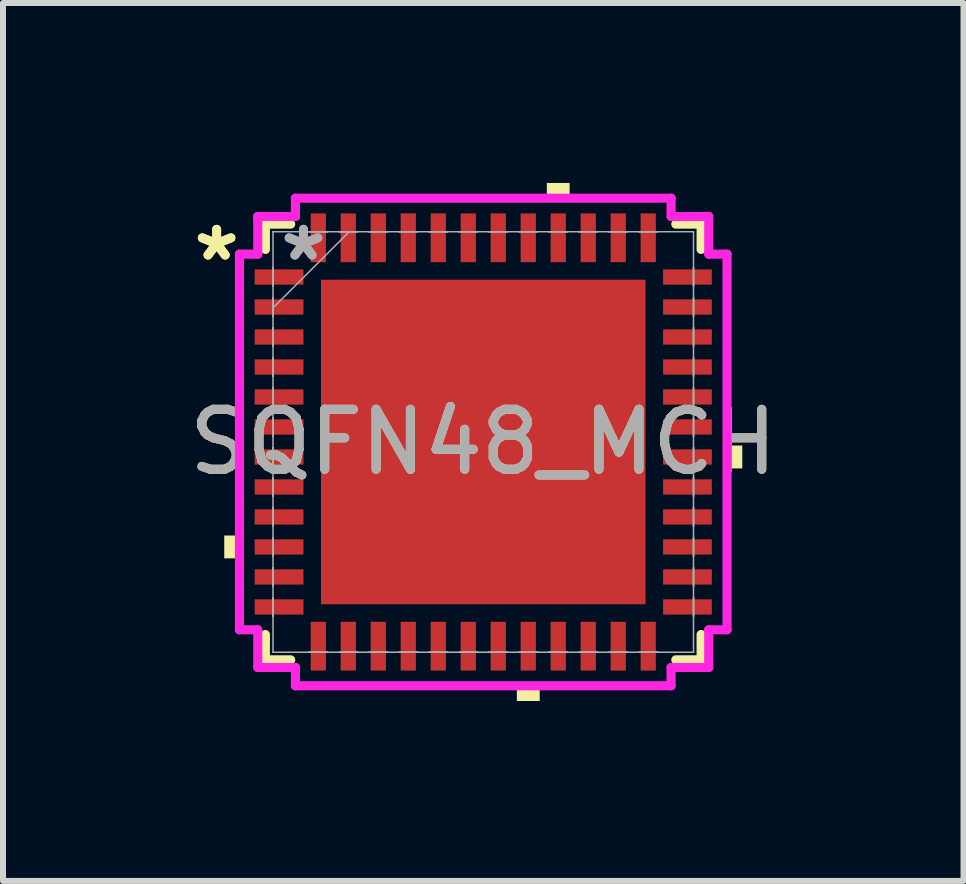
<source format=kicad_pcb>
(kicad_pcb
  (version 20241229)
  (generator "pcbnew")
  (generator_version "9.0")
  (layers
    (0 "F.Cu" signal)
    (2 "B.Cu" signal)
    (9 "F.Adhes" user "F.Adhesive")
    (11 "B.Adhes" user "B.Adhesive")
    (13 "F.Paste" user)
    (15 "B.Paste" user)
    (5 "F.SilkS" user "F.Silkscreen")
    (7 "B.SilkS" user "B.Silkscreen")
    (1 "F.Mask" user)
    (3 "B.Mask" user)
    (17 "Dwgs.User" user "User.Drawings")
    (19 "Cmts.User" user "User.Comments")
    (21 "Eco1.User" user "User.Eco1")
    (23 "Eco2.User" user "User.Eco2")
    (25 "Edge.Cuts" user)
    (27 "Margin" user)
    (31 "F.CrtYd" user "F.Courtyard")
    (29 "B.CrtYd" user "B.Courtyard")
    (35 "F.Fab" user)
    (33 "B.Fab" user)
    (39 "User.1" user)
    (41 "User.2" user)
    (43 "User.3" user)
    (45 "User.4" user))
  (footprint "SQFN48_MCH"
    (layer "F.Cu")
    (at 5.006 4.318)
    (property "Reference" "SQFN48_MCH" (at 0 0 0) (unlocked yes) (layer "F.SilkS") (effects (font (size 1 1) (thickness 0.15))))
    (attr smd)
    (fp_line (start -3.632 -3.632) (end -3.632 -3.21) (stroke (width 0.152) (type solid)) (layer "F.SilkS"))
    (fp_line (start -3.632 3.21) (end -3.632 3.632) (stroke (width 0.152) (type solid)) (layer "F.SilkS"))
    (fp_line (start -3.632 3.632) (end -3.21 3.632) (stroke (width 0.152) (type solid)) (layer "F.SilkS"))
    (fp_line (start -3.21 -3.632) (end -3.632 -3.632) (stroke (width 0.152) (type solid)) (layer "F.SilkS"))
    (fp_line (start 3.21 3.632) (end 3.632 3.632) (stroke (width 0.152) (type solid)) (layer "F.SilkS"))
    (fp_line (start 3.632 -3.632) (end 3.21 -3.632) (stroke (width 0.152) (type solid)) (layer "F.SilkS"))
    (fp_line (start 3.632 -3.21) (end 3.632 -3.632) (stroke (width 0.152) (type solid)) (layer "F.SilkS"))
    (fp_line (start 3.632 3.632) (end 3.632 3.21) (stroke (width 0.152) (type solid)) (layer "F.SilkS"))
    (fp_poly (pts (xy -4.318 1.559) (xy -4.318 1.94) (xy -4.064 1.94) (xy -4.064 1.559)) (stroke (width 0) (type solid)) (fill yes) (layer "F.SilkS"))
    (fp_poly (pts (xy 0.56 4.064) (xy 0.56 4.318) (xy 0.941 4.318) (xy 0.941 4.064)) (stroke (width 0) (type solid)) (fill yes) (layer "F.SilkS"))
    (fp_poly (pts (xy 1.06 -4.064) (xy 1.06 -4.318) (xy 1.44 -4.318) (xy 1.44 -4.064)) (stroke (width 0) (type solid)) (fill yes) (layer "F.SilkS"))
    (fp_poly (pts (xy 4.318 0.059) (xy 4.318 0.441) (xy 4.064 0.441) (xy 4.064 0.059)) (stroke (width 0) (type solid)) (fill yes) (layer "F.SilkS"))
    (fp_poly (pts (xy -2.605 -2.605) (xy -2.605 -1.453) (xy -1.453 -1.453) (xy -1.453 -2.605)) (stroke (width 0) (type solid)) (fill yes) (layer "F.Paste"))
    (fp_poly (pts (xy -2.605 -1.253) (xy -2.605 -0.1) (xy -1.453 -0.1) (xy -1.453 -1.253)) (stroke (width 0) (type solid)) (fill yes) (layer "F.Paste"))
    (fp_poly (pts (xy -2.605 0.1) (xy -2.605 1.253) (xy -1.453 1.253) (xy -1.453 0.1)) (stroke (width 0) (type solid)) (fill yes) (layer "F.Paste"))
    (fp_poly (pts (xy -2.605 1.453) (xy -2.605 2.605) (xy -1.453 2.605) (xy -1.453 1.453)) (stroke (width 0) (type solid)) (fill yes) (layer "F.Paste"))
    (fp_poly (pts (xy -1.253 -2.605) (xy -1.253 -1.453) (xy -0.1 -1.453) (xy -0.1 -2.605)) (stroke (width 0) (type solid)) (fill yes) (layer "F.Paste"))
    (fp_poly (pts (xy -1.253 -1.253) (xy -1.253 -0.1) (xy -0.1 -0.1) (xy -0.1 -1.253)) (stroke (width 0) (type solid)) (fill yes) (layer "F.Paste"))
    (fp_poly (pts (xy -1.253 0.1) (xy -1.253 1.253) (xy -0.1 1.253) (xy -0.1 0.1)) (stroke (width 0) (type solid)) (fill yes) (layer "F.Paste"))
    (fp_poly (pts (xy -1.253 1.453) (xy -1.253 2.605) (xy -0.1 2.605) (xy -0.1 1.453)) (stroke (width 0) (type solid)) (fill yes) (layer "F.Paste"))
    (fp_poly (pts (xy 0.1 -2.605) (xy 0.1 -1.453) (xy 1.253 -1.453) (xy 1.253 -2.605)) (stroke (width 0) (type solid)) (fill yes) (layer "F.Paste"))
    (fp_poly (pts (xy 0.1 -1.253) (xy 0.1 -0.1) (xy 1.253 -0.1) (xy 1.253 -1.253)) (stroke (width 0) (type solid)) (fill yes) (layer "F.Paste"))
    (fp_poly (pts (xy 0.1 0.1) (xy 0.1 1.253) (xy 1.253 1.253) (xy 1.253 0.1)) (stroke (width 0) (type solid)) (fill yes) (layer "F.Paste"))
    (fp_poly (pts (xy 0.1 1.453) (xy 0.1 2.605) (xy 1.253 2.605) (xy 1.253 1.453)) (stroke (width 0) (type solid)) (fill yes) (layer "F.Paste"))
    (fp_poly (pts (xy 1.453 -2.605) (xy 1.453 -1.453) (xy 2.605 -1.453) (xy 2.605 -2.605)) (stroke (width 0) (type solid)) (fill yes) (layer "F.Paste"))
    (fp_poly (pts (xy 1.453 -1.253) (xy 1.453 -0.1) (xy 2.605 -0.1) (xy 2.605 -1.253)) (stroke (width 0) (type solid)) (fill yes) (layer "F.Paste"))
    (fp_poly (pts (xy 1.453 0.1) (xy 1.453 1.253) (xy 2.605 1.253) (xy 2.605 0.1)) (stroke (width 0) (type solid)) (fill yes) (layer "F.Paste"))
    (fp_poly (pts (xy 1.453 1.453) (xy 1.453 2.605) (xy 2.605 2.605) (xy 2.605 1.453)) (stroke (width 0) (type solid)) (fill yes) (layer "F.Paste"))
    (fp_line (start -4.064 -3.131) (end -3.759 -3.131) (stroke (width 0.152) (type solid)) (layer "F.CrtYd"))
    (fp_line (start -4.064 3.131) (end -4.064 -3.131) (stroke (width 0.152) (type solid)) (layer "F.CrtYd"))
    (fp_line (start -3.759 -3.759) (end -3.131 -3.759) (stroke (width 0.152) (type solid)) (layer "F.CrtYd"))
    (fp_line (start -3.759 -3.131) (end -3.759 -3.759) (stroke (width 0.152) (type solid)) (layer "F.CrtYd"))
    (fp_line (start -3.759 3.131) (end -4.064 3.131) (stroke (width 0.152) (type solid)) (layer "F.CrtYd"))
    (fp_line (start -3.759 3.759) (end -3.759 3.131) (stroke (width 0.152) (type solid)) (layer "F.CrtYd"))
    (fp_line (start -3.131 -4.064) (end 3.131 -4.064) (stroke (width 0.152) (type solid)) (layer "F.CrtYd"))
    (fp_line (start -3.131 -3.759) (end -3.131 -4.064) (stroke (width 0.152) (type solid)) (layer "F.CrtYd"))
    (fp_line (start -3.131 3.759) (end -3.759 3.759) (stroke (width 0.152) (type solid)) (layer "F.CrtYd"))
    (fp_line (start -3.131 4.064) (end -3.131 3.759) (stroke (width 0.152) (type solid)) (layer "F.CrtYd"))
    (fp_line (start 3.131 -4.064) (end 3.131 -3.759) (stroke (width 0.152) (type solid)) (layer "F.CrtYd"))
    (fp_line (start 3.131 -3.759) (end 3.759 -3.759) (stroke (width 0.152) (type solid)) (layer "F.CrtYd"))
    (fp_line (start 3.131 3.759) (end 3.131 4.064) (stroke (width 0.152) (type solid)) (layer "F.CrtYd"))
    (fp_line (start 3.131 4.064) (end -3.131 4.064) (stroke (width 0.152) (type solid)) (layer "F.CrtYd"))
    (fp_line (start 3.759 -3.759) (end 3.759 -3.131) (stroke (width 0.152) (type solid)) (layer "F.CrtYd"))
    (fp_line (start 3.759 -3.131) (end 4.064 -3.131) (stroke (width 0.152) (type solid)) (layer "F.CrtYd"))
    (fp_line (start 3.759 3.131) (end 3.759 3.759) (stroke (width 0.152) (type solid)) (layer "F.CrtYd"))
    (fp_line (start 3.759 3.759) (end 3.131 3.759) (stroke (width 0.152) (type solid)) (layer "F.CrtYd"))
    (fp_line (start 4.064 -3.131) (end 4.064 3.131) (stroke (width 0.152) (type solid)) (layer "F.CrtYd"))
    (fp_line (start 4.064 3.131) (end 3.759 3.131) (stroke (width 0.152) (type solid)) (layer "F.CrtYd"))
    (fp_line (start -3.505 -3.505) (end -3.505 -3.505) (stroke (width 0.025) (type solid)) (layer "F.Fab"))
    (fp_line (start -3.505 -3.505) (end -3.505 3.505) (stroke (width 0.025) (type solid)) (layer "F.Fab"))
    (fp_line (start -3.505 -2.902) (end -3.505 -2.902) (stroke (width 0.025) (type solid)) (layer "F.Fab"))
    (fp_line (start -3.505 -2.902) (end -3.505 -2.598) (stroke (width 0.025) (type solid)) (layer "F.Fab"))
    (fp_line (start -3.505 -2.598) (end -3.505 -2.902) (stroke (width 0.025) (type solid)) (layer "F.Fab"))
    (fp_line (start -3.505 -2.598) (end -3.505 -2.598) (stroke (width 0.025) (type solid)) (layer "F.Fab"))
    (fp_line (start -3.505 -2.402) (end -3.505 -2.402) (stroke (width 0.025) (type solid)) (layer "F.Fab"))
    (fp_line (start -3.505 -2.402) (end -3.505 -2.098) (stroke (width 0.025) (type solid)) (layer "F.Fab"))
    (fp_line (start -3.505 -2.235) (end -2.235 -3.505) (stroke (width 0.025) (type solid)) (layer "F.Fab"))
    (fp_line (start -3.505 -2.098) (end -3.505 -2.402) (stroke (width 0.025) (type solid)) (layer "F.Fab"))
    (fp_line (start -3.505 -2.098) (end -3.505 -2.098) (stroke (width 0.025) (type solid)) (layer "F.Fab"))
    (fp_line (start -3.505 -1.902) (end -3.505 -1.902) (stroke (width 0.025) (type solid)) (layer "F.Fab"))
    (fp_line (start -3.505 -1.902) (end -3.505 -1.598) (stroke (width 0.025) (type solid)) (layer "F.Fab"))
    (fp_line (start -3.505 -1.598) (end -3.505 -1.902) (stroke (width 0.025) (type solid)) (layer "F.Fab"))
    (fp_line (start -3.505 -1.598) (end -3.505 -1.598) (stroke (width 0.025) (type solid)) (layer "F.Fab"))
    (fp_line (start -3.505 -1.402) (end -3.505 -1.402) (stroke (width 0.025) (type solid)) (layer "F.Fab"))
    (fp_line (start -3.505 -1.402) (end -3.505 -1.098) (stroke (width 0.025) (type solid)) (layer "F.Fab"))
    (fp_line (start -3.505 -1.098) (end -3.505 -1.402) (stroke (width 0.025) (type solid)) (layer "F.Fab"))
    (fp_line (start -3.505 -1.098) (end -3.505 -1.098) (stroke (width 0.025) (type solid)) (layer "F.Fab"))
    (fp_line (start -3.505 -0.902) (end -3.505 -0.902) (stroke (width 0.025) (type solid)) (layer "F.Fab"))
    (fp_line (start -3.505 -0.902) (end -3.505 -0.598) (stroke (width 0.025) (type solid)) (layer "F.Fab"))
    (fp_line (start -3.505 -0.598) (end -3.505 -0.902) (stroke (width 0.025) (type solid)) (layer "F.Fab"))
    (fp_line (start -3.505 -0.598) (end -3.505 -0.598) (stroke (width 0.025) (type solid)) (layer "F.Fab"))
    (fp_line (start -3.505 -0.402) (end -3.505 -0.402) (stroke (width 0.025) (type solid)) (layer "F.Fab"))
    (fp_line (start -3.505 -0.402) (end -3.505 -0.098) (stroke (width 0.025) (type solid)) (layer "F.Fab"))
    (fp_line (start -3.505 -0.098) (end -3.505 -0.402) (stroke (width 0.025) (type solid)) (layer "F.Fab"))
    (fp_line (start -3.505 -0.098) (end -3.505 -0.098) (stroke (width 0.025) (type solid)) (layer "F.Fab"))
    (fp_line (start -3.505 0.098) (end -3.505 0.098) (stroke (width 0.025) (type solid)) (layer "F.Fab"))
    (fp_line (start -3.505 0.098) (end -3.505 0.402) (stroke (width 0.025) (type solid)) (layer "F.Fab"))
    (fp_line (start -3.505 0.402) (end -3.505 0.098) (stroke (width 0.025) (type solid)) (layer "F.Fab"))
    (fp_line (start -3.505 0.402) (end -3.505 0.402) (stroke (width 0.025) (type solid)) (layer "F.Fab"))
    (fp_line (start -3.505 0.598) (end -3.505 0.598) (stroke (width 0.025) (type solid)) (layer "F.Fab"))
    (fp_line (start -3.505 0.598) (end -3.505 0.902) (stroke (width 0.025) (type solid)) (layer "F.Fab"))
    (fp_line (start -3.505 0.902) (end -3.505 0.598) (stroke (width 0.025) (type solid)) (layer "F.Fab"))
    (fp_line (start -3.505 0.902) (end -3.505 0.902) (stroke (width 0.025) (type solid)) (layer "F.Fab"))
    (fp_line (start -3.505 1.098) (end -3.505 1.098) (stroke (width 0.025) (type solid)) (layer "F.Fab"))
    (fp_line (start -3.505 1.098) (end -3.505 1.402) (stroke (width 0.025) (type solid)) (layer "F.Fab"))
    (fp_line (start -3.505 1.402) (end -3.505 1.098) (stroke (width 0.025) (type solid)) (layer "F.Fab"))
    (fp_line (start -3.505 1.402) (end -3.505 1.402) (stroke (width 0.025) (type solid)) (layer "F.Fab"))
    (fp_line (start -3.505 1.598) (end -3.505 1.598) (stroke (width 0.025) (type solid)) (layer "F.Fab"))
    (fp_line (start -3.505 1.598) (end -3.505 1.902) (stroke (width 0.025) (type solid)) (layer "F.Fab"))
    (fp_line (start -3.505 1.902) (end -3.505 1.598) (stroke (width 0.025) (type solid)) (layer "F.Fab"))
    (fp_line (start -3.505 1.902) (end -3.505 1.902) (stroke (width 0.025) (type solid)) (layer "F.Fab"))
    (fp_line (start -3.505 2.098) (end -3.505 2.098) (stroke (width 0.025) (type solid)) (layer "F.Fab"))
    (fp_line (start -3.505 2.098) (end -3.505 2.402) (stroke (width 0.025) (type solid)) (layer "F.Fab"))
    (fp_line (start -3.505 2.402) (end -3.505 2.098) (stroke (width 0.025) (type solid)) (layer "F.Fab"))
    (fp_line (start -3.505 2.402) (end -3.505 2.402) (stroke (width 0.025) (type solid)) (layer "F.Fab"))
    (fp_line (start -3.505 2.598) (end -3.505 2.598) (stroke (width 0.025) (type solid)) (layer "F.Fab"))
    (fp_line (start -3.505 2.598) (end -3.505 2.902) (stroke (width 0.025) (type solid)) (layer "F.Fab"))
    (fp_line (start -3.505 2.902) (end -3.505 2.598) (stroke (width 0.025) (type solid)) (layer "F.Fab"))
    (fp_line (start -3.505 2.902) (end -3.505 2.902) (stroke (width 0.025) (type solid)) (layer "F.Fab"))
    (fp_line (start -3.505 3.505) (end -3.505 3.505) (stroke (width 0.025) (type solid)) (layer "F.Fab"))
    (fp_line (start -3.505 3.505) (end 3.505 3.505) (stroke (width 0.025) (type solid)) (layer "F.Fab"))
    (fp_line (start -2.902 -3.505) (end -2.902 -3.505) (stroke (width 0.025) (type solid)) (layer "F.Fab"))
    (fp_line (start -2.902 -3.505) (end -2.598 -3.505) (stroke (width 0.025) (type solid)) (layer "F.Fab"))
    (fp_line (start -2.902 3.505) (end -2.902 3.505) (stroke (width 0.025) (type solid)) (layer "F.Fab"))
    (fp_line (start -2.902 3.505) (end -2.598 3.505) (stroke (width 0.025) (type solid)) (layer "F.Fab"))
    (fp_line (start -2.598 -3.505) (end -2.902 -3.505) (stroke (width 0.025) (type solid)) (layer "F.Fab"))
    (fp_line (start -2.598 -3.505) (end -2.598 -3.505) (stroke (width 0.025) (type solid)) (layer "F.Fab"))
    (fp_line (start -2.598 3.505) (end -2.902 3.505) (stroke (width 0.025) (type solid)) (layer "F.Fab"))
    (fp_line (start -2.598 3.505) (end -2.598 3.505) (stroke (width 0.025) (type solid)) (layer "F.Fab"))
    (fp_line (start -2.402 -3.505) (end -2.402 -3.505) (stroke (width 0.025) (type solid)) (layer "F.Fab"))
    (fp_line (start -2.402 -3.505) (end -2.098 -3.505) (stroke (width 0.025) (type solid)) (layer "F.Fab"))
    (fp_line (start -2.402 3.505) (end -2.402 3.505) (stroke (width 0.025) (type solid)) (layer "F.Fab"))
    (fp_line (start -2.402 3.505) (end -2.098 3.505) (stroke (width 0.025) (type solid)) (layer "F.Fab"))
    (fp_line (start -2.098 -3.505) (end -2.402 -3.505) (stroke (width 0.025) (type solid)) (layer "F.Fab"))
    (fp_line (start -2.098 -3.505) (end -2.098 -3.505) (stroke (width 0.025) (type solid)) (layer "F.Fab"))
    (fp_line (start -2.098 3.505) (end -2.402 3.505) (stroke (width 0.025) (type solid)) (layer "F.Fab"))
    (fp_line (start -2.098 3.505) (end -2.098 3.505) (stroke (width 0.025) (type solid)) (layer "F.Fab"))
    (fp_line (start -1.902 -3.505) (end -1.902 -3.505) (stroke (width 0.025) (type solid)) (layer "F.Fab"))
    (fp_line (start -1.902 -3.505) (end -1.598 -3.505) (stroke (width 0.025) (type solid)) (layer "F.Fab"))
    (fp_line (start -1.902 3.505) (end -1.902 3.505) (stroke (width 0.025) (type solid)) (layer "F.Fab"))
    (fp_line (start -1.902 3.505) (end -1.598 3.505) (stroke (width 0.025) (type solid)) (layer "F.Fab"))
    (fp_line (start -1.598 -3.505) (end -1.902 -3.505) (stroke (width 0.025) (type solid)) (layer "F.Fab"))
    (fp_line (start -1.598 -3.505) (end -1.598 -3.505) (stroke (width 0.025) (type solid)) (layer "F.Fab"))
    (fp_line (start -1.598 3.505) (end -1.902 3.505) (stroke (width 0.025) (type solid)) (layer "F.Fab"))
    (fp_line (start -1.598 3.505) (end -1.598 3.505) (stroke (width 0.025) (type solid)) (layer "F.Fab"))
    (fp_line (start -1.402 -3.505) (end -1.402 -3.505) (stroke (width 0.025) (type solid)) (layer "F.Fab"))
    (fp_line (start -1.402 -3.505) (end -1.098 -3.505) (stroke (width 0.025) (type solid)) (layer "F.Fab"))
    (fp_line (start -1.402 3.505) (end -1.402 3.505) (stroke (width 0.025) (type solid)) (layer "F.Fab"))
    (fp_line (start -1.402 3.505) (end -1.098 3.505) (stroke (width 0.025) (type solid)) (layer "F.Fab"))
    (fp_line (start -1.098 -3.505) (end -1.402 -3.505) (stroke (width 0.025) (type solid)) (layer "F.Fab"))
    (fp_line (start -1.098 -3.505) (end -1.098 -3.505) (stroke (width 0.025) (type solid)) (layer "F.Fab"))
    (fp_line (start -1.098 3.505) (end -1.402 3.505) (stroke (width 0.025) (type solid)) (layer "F.Fab"))
    (fp_line (start -1.098 3.505) (end -1.098 3.505) (stroke (width 0.025) (type solid)) (layer "F.Fab"))
    (fp_line (start -0.902 -3.505) (end -0.902 -3.505) (stroke (width 0.025) (type solid)) (layer "F.Fab"))
    (fp_line (start -0.902 -3.505) (end -0.598 -3.505) (stroke (width 0.025) (type solid)) (layer "F.Fab"))
    (fp_line (start -0.902 3.505) (end -0.902 3.505) (stroke (width 0.025) (type solid)) (layer "F.Fab"))
    (fp_line (start -0.902 3.505) (end -0.598 3.505) (stroke (width 0.025) (type solid)) (layer "F.Fab"))
    (fp_line (start -0.598 -3.505) (end -0.902 -3.505) (stroke (width 0.025) (type solid)) (layer "F.Fab"))
    (fp_line (start -0.598 -3.505) (end -0.598 -3.505) (stroke (width 0.025) (type solid)) (layer "F.Fab"))
    (fp_line (start -0.598 3.505) (end -0.902 3.505) (stroke (width 0.025) (type solid)) (layer "F.Fab"))
    (fp_line (start -0.598 3.505) (end -0.598 3.505) (stroke (width 0.025) (type solid)) (layer "F.Fab"))
    (fp_line (start -0.402 -3.505) (end -0.402 -3.505) (stroke (width 0.025) (type solid)) (layer "F.Fab"))
    (fp_line (start -0.402 -3.505) (end -0.098 -3.505) (stroke (width 0.025) (type solid)) (layer "F.Fab"))
    (fp_line (start -0.402 3.505) (end -0.402 3.505) (stroke (width 0.025) (type solid)) (layer "F.Fab"))
    (fp_line (start -0.402 3.505) (end -0.098 3.505) (stroke (width 0.025) (type solid)) (layer "F.Fab"))
    (fp_line (start -0.098 -3.505) (end -0.402 -3.505) (stroke (width 0.025) (type solid)) (layer "F.Fab"))
    (fp_line (start -0.098 -3.505) (end -0.098 -3.505) (stroke (width 0.025) (type solid)) (layer "F.Fab"))
    (fp_line (start -0.098 3.505) (end -0.402 3.505) (stroke (width 0.025) (type solid)) (layer "F.Fab"))
    (fp_line (start -0.098 3.505) (end -0.098 3.505) (stroke (width 0.025) (type solid)) (layer "F.Fab"))
    (fp_line (start 0.098 -3.505) (end 0.098 -3.505) (stroke (width 0.025) (type solid)) (layer "F.Fab"))
    (fp_line (start 0.098 -3.505) (end 0.402 -3.505) (stroke (width 0.025) (type solid)) (layer "F.Fab"))
    (fp_line (start 0.098 3.505) (end 0.098 3.505) (stroke (width 0.025) (type solid)) (layer "F.Fab"))
    (fp_line (start 0.098 3.505) (end 0.402 3.505) (stroke (width 0.025) (type solid)) (layer "F.Fab"))
    (fp_line (start 0.402 -3.505) (end 0.098 -3.505) (stroke (width 0.025) (type solid)) (layer "F.Fab"))
    (fp_line (start 0.402 -3.505) (end 0.402 -3.505) (stroke (width 0.025) (type solid)) (layer "F.Fab"))
    (fp_line (start 0.402 3.505) (end 0.098 3.505) (stroke (width 0.025) (type solid)) (layer "F.Fab"))
    (fp_line (start 0.402 3.505) (end 0.402 3.505) (stroke (width 0.025) (type solid)) (layer "F.Fab"))
    (fp_line (start 0.598 -3.505) (end 0.598 -3.505) (stroke (width 0.025) (type solid)) (layer "F.Fab"))
    (fp_line (start 0.598 -3.505) (end 0.902 -3.505) (stroke (width 0.025) (type solid)) (layer "F.Fab"))
    (fp_line (start 0.598 3.505) (end 0.598 3.505) (stroke (width 0.025) (type solid)) (layer "F.Fab"))
    (fp_line (start 0.598 3.505) (end 0.902 3.505) (stroke (width 0.025) (type solid)) (layer "F.Fab"))
    (fp_line (start 0.902 -3.505) (end 0.598 -3.505) (stroke (width 0.025) (type solid)) (layer "F.Fab"))
    (fp_line (start 0.902 -3.505) (end 0.902 -3.505) (stroke (width 0.025) (type solid)) (layer "F.Fab"))
    (fp_line (start 0.902 3.505) (end 0.598 3.505) (stroke (width 0.025) (type solid)) (layer "F.Fab"))
    (fp_line (start 0.902 3.505) (end 0.902 3.505) (stroke (width 0.025) (type solid)) (layer "F.Fab"))
    (fp_line (start 1.098 -3.505) (end 1.098 -3.505) (stroke (width 0.025) (type solid)) (layer "F.Fab"))
    (fp_line (start 1.098 -3.505) (end 1.402 -3.505) (stroke (width 0.025) (type solid)) (layer "F.Fab"))
    (fp_line (start 1.098 3.505) (end 1.098 3.505) (stroke (width 0.025) (type solid)) (layer "F.Fab"))
    (fp_line (start 1.098 3.505) (end 1.402 3.505) (stroke (width 0.025) (type solid)) (layer "F.Fab"))
    (fp_line (start 1.402 -3.505) (end 1.098 -3.505) (stroke (width 0.025) (type solid)) (layer "F.Fab"))
    (fp_line (start 1.402 -3.505) (end 1.402 -3.505) (stroke (width 0.025) (type solid)) (layer "F.Fab"))
    (fp_line (start 1.402 3.505) (end 1.098 3.505) (stroke (width 0.025) (type solid)) (layer "F.Fab"))
    (fp_line (start 1.402 3.505) (end 1.402 3.505) (stroke (width 0.025) (type solid)) (layer "F.Fab"))
    (fp_line (start 1.598 -3.505) (end 1.598 -3.505) (stroke (width 0.025) (type solid)) (layer "F.Fab"))
    (fp_line (start 1.598 -3.505) (end 1.902 -3.505) (stroke (width 0.025) (type solid)) (layer "F.Fab"))
    (fp_line (start 1.598 3.505) (end 1.598 3.505) (stroke (width 0.025) (type solid)) (layer "F.Fab"))
    (fp_line (start 1.598 3.505) (end 1.902 3.505) (stroke (width 0.025) (type solid)) (layer "F.Fab"))
    (fp_line (start 1.902 -3.505) (end 1.598 -3.505) (stroke (width 0.025) (type solid)) (layer "F.Fab"))
    (fp_line (start 1.902 -3.505) (end 1.902 -3.505) (stroke (width 0.025) (type solid)) (layer "F.Fab"))
    (fp_line (start 1.902 3.505) (end 1.598 3.505) (stroke (width 0.025) (type solid)) (layer "F.Fab"))
    (fp_line (start 1.902 3.505) (end 1.902 3.505) (stroke (width 0.025) (type solid)) (layer "F.Fab"))
    (fp_line (start 2.098 -3.505) (end 2.098 -3.505) (stroke (width 0.025) (type solid)) (layer "F.Fab"))
    (fp_line (start 2.098 -3.505) (end 2.402 -3.505) (stroke (width 0.025) (type solid)) (layer "F.Fab"))
    (fp_line (start 2.098 3.505) (end 2.098 3.505) (stroke (width 0.025) (type solid)) (layer "F.Fab"))
    (fp_line (start 2.098 3.505) (end 2.402 3.505) (stroke (width 0.025) (type solid)) (layer "F.Fab"))
    (fp_line (start 2.402 -3.505) (end 2.098 -3.505) (stroke (width 0.025) (type solid)) (layer "F.Fab"))
    (fp_line (start 2.402 -3.505) (end 2.402 -3.505) (stroke (width 0.025) (type solid)) (layer "F.Fab"))
    (fp_line (start 2.402 3.505) (end 2.098 3.505) (stroke (width 0.025) (type solid)) (layer "F.Fab"))
    (fp_line (start 2.402 3.505) (end 2.402 3.505) (stroke (width 0.025) (type solid)) (layer "F.Fab"))
    (fp_line (start 2.598 -3.505) (end 2.598 -3.505) (stroke (width 0.025) (type solid)) (layer "F.Fab"))
    (fp_line (start 2.598 -3.505) (end 2.902 -3.505) (stroke (width 0.025) (type solid)) (layer "F.Fab"))
    (fp_line (start 2.598 3.505) (end 2.598 3.505) (stroke (width 0.025) (type solid)) (layer "F.Fab"))
    (fp_line (start 2.598 3.505) (end 2.902 3.505) (stroke (width 0.025) (type solid)) (layer "F.Fab"))
    (fp_line (start 2.902 -3.505) (end 2.598 -3.505) (stroke (width 0.025) (type solid)) (layer "F.Fab"))
    (fp_line (start 2.902 -3.505) (end 2.902 -3.505) (stroke (width 0.025) (type solid)) (layer "F.Fab"))
    (fp_line (start 2.902 3.505) (end 2.598 3.505) (stroke (width 0.025) (type solid)) (layer "F.Fab"))
    (fp_line (start 2.902 3.505) (end 2.902 3.505) (stroke (width 0.025) (type solid)) (layer "F.Fab"))
    (fp_line (start 3.505 -3.505) (end -3.505 -3.505) (stroke (width 0.025) (type solid)) (layer "F.Fab"))
    (fp_line (start 3.505 -3.505) (end 3.505 -3.505) (stroke (width 0.025) (type solid)) (layer "F.Fab"))
    (fp_line (start 3.505 -2.902) (end 3.505 -2.902) (stroke (width 0.025) (type solid)) (layer "F.Fab"))
    (fp_line (start 3.505 -2.902) (end 3.505 -2.598) (stroke (width 0.025) (type solid)) (layer "F.Fab"))
    (fp_line (start 3.505 -2.598) (end 3.505 -2.902) (stroke (width 0.025) (type solid)) (layer "F.Fab"))
    (fp_line (start 3.505 -2.598) (end 3.505 -2.598) (stroke (width 0.025) (type solid)) (layer "F.Fab"))
    (fp_line (start 3.505 -2.402) (end 3.505 -2.402) (stroke (width 0.025) (type solid)) (layer "F.Fab"))
    (fp_line (start 3.505 -2.402) (end 3.505 -2.098) (stroke (width 0.025) (type solid)) (layer "F.Fab"))
    (fp_line (start 3.505 -2.098) (end 3.505 -2.402) (stroke (width 0.025) (type solid)) (layer "F.Fab"))
    (fp_line (start 3.505 -2.098) (end 3.505 -2.098) (stroke (width 0.025) (type solid)) (layer "F.Fab"))
    (fp_line (start 3.505 -1.902) (end 3.505 -1.902) (stroke (width 0.025) (type solid)) (layer "F.Fab"))
    (fp_line (start 3.505 -1.902) (end 3.505 -1.598) (stroke (width 0.025) (type solid)) (layer "F.Fab"))
    (fp_line (start 3.505 -1.598) (end 3.505 -1.902) (stroke (width 0.025) (type solid)) (layer "F.Fab"))
    (fp_line (start 3.505 -1.598) (end 3.505 -1.598) (stroke (width 0.025) (type solid)) (layer "F.Fab"))
    (fp_line (start 3.505 -1.402) (end 3.505 -1.402) (stroke (width 0.025) (type solid)) (layer "F.Fab"))
    (fp_line (start 3.505 -1.402) (end 3.505 -1.098) (stroke (width 0.025) (type solid)) (layer "F.Fab"))
    (fp_line (start 3.505 -1.098) (end 3.505 -1.402) (stroke (width 0.025) (type solid)) (layer "F.Fab"))
    (fp_line (start 3.505 -1.098) (end 3.505 -1.098) (stroke (width 0.025) (type solid)) (layer "F.Fab"))
    (fp_line (start 3.505 -0.902) (end 3.505 -0.902) (stroke (width 0.025) (type solid)) (layer "F.Fab"))
    (fp_line (start 3.505 -0.902) (end 3.505 -0.598) (stroke (width 0.025) (type solid)) (layer "F.Fab"))
    (fp_line (start 3.505 -0.598) (end 3.505 -0.902) (stroke (width 0.025) (type solid)) (layer "F.Fab"))
    (fp_line (start 3.505 -0.598) (end 3.505 -0.598) (stroke (width 0.025) (type solid)) (layer "F.Fab"))
    (fp_line (start 3.505 -0.402) (end 3.505 -0.402) (stroke (width 0.025) (type solid)) (layer "F.Fab"))
    (fp_line (start 3.505 -0.402) (end 3.505 -0.098) (stroke (width 0.025) (type solid)) (layer "F.Fab"))
    (fp_line (start 3.505 -0.098) (end 3.505 -0.402) (stroke (width 0.025) (type solid)) (layer "F.Fab"))
    (fp_line (start 3.505 -0.098) (end 3.505 -0.098) (stroke (width 0.025) (type solid)) (layer "F.Fab"))
    (fp_line (start 3.505 0.098) (end 3.505 0.098) (stroke (width 0.025) (type solid)) (layer "F.Fab"))
    (fp_line (start 3.505 0.098) (end 3.505 0.402) (stroke (width 0.025) (type solid)) (layer "F.Fab"))
    (fp_line (start 3.505 0.402) (end 3.505 0.098) (stroke (width 0.025) (type solid)) (layer "F.Fab"))
    (fp_line (start 3.505 0.402) (end 3.505 0.402) (stroke (width 0.025) (type solid)) (layer "F.Fab"))
    (fp_line (start 3.505 0.598) (end 3.505 0.598) (stroke (width 0.025) (type solid)) (layer "F.Fab"))
    (fp_line (start 3.505 0.598) (end 3.505 0.902) (stroke (width 0.025) (type solid)) (layer "F.Fab"))
    (fp_line (start 3.505 0.902) (end 3.505 0.598) (stroke (width 0.025) (type solid)) (layer "F.Fab"))
    (fp_line (start 3.505 0.902) (end 3.505 0.902) (stroke (width 0.025) (type solid)) (layer "F.Fab"))
    (fp_line (start 3.505 1.098) (end 3.505 1.098) (stroke (width 0.025) (type solid)) (layer "F.Fab"))
    (fp_line (start 3.505 1.098) (end 3.505 1.402) (stroke (width 0.025) (type solid)) (layer "F.Fab"))
    (fp_line (start 3.505 1.402) (end 3.505 1.098) (stroke (width 0.025) (type solid)) (layer "F.Fab"))
    (fp_line (start 3.505 1.402) (end 3.505 1.402) (stroke (width 0.025) (type solid)) (layer "F.Fab"))
    (fp_line (start 3.505 1.598) (end 3.505 1.598) (stroke (width 0.025) (type solid)) (layer "F.Fab"))
    (fp_line (start 3.505 1.598) (end 3.505 1.902) (stroke (width 0.025) (type solid)) (layer "F.Fab"))
    (fp_line (start 3.505 1.902) (end 3.505 1.598) (stroke (width 0.025) (type solid)) (layer "F.Fab"))
    (fp_line (start 3.505 1.902) (end 3.505 1.902) (stroke (width 0.025) (type solid)) (layer "F.Fab"))
    (fp_line (start 3.505 2.098) (end 3.505 2.098) (stroke (width 0.025) (type solid)) (layer "F.Fab"))
    (fp_line (start 3.505 2.098) (end 3.505 2.402) (stroke (width 0.025) (type solid)) (layer "F.Fab"))
    (fp_line (start 3.505 2.402) (end 3.505 2.098) (stroke (width 0.025) (type solid)) (layer "F.Fab"))
    (fp_line (start 3.505 2.402) (end 3.505 2.402) (stroke (width 0.025) (type solid)) (layer "F.Fab"))
    (fp_line (start 3.505 2.598) (end 3.505 2.598) (stroke (width 0.025) (type solid)) (layer "F.Fab"))
    (fp_line (start 3.505 2.598) (end 3.505 2.902) (stroke (width 0.025) (type solid)) (layer "F.Fab"))
    (fp_line (start 3.505 2.902) (end 3.505 2.598) (stroke (width 0.025) (type solid)) (layer "F.Fab"))
    (fp_line (start 3.505 2.902) (end 3.505 2.902) (stroke (width 0.025) (type solid)) (layer "F.Fab"))
    (fp_line (start 3.505 3.505) (end 3.505 -3.505) (stroke (width 0.025) (type solid)) (layer "F.Fab"))
    (fp_line (start 3.505 3.505) (end 3.505 3.505) (stroke (width 0.025) (type solid)) (layer "F.Fab"))
    (fp_text user "*" (at -4.445 -3 0) (unlocked yes) (layer "F.SilkS") (effects (font (size 1 1) (thickness 0.15))))
    (fp_text user "*" (at -4.445 -3 0) (layer "F.SilkS") (effects (font (size 1 1) (thickness 0.15))))
    (fp_text user "*" (at -2.997 -3 0) (unlocked yes) (layer "F.Fab") (effects (font (size 1 1) (thickness 0.15))))
    (fp_text user "${REFERENCE}" (at 0 0 0) (unlocked yes) (layer "F.Fab") (effects (font (size 1 1) (thickness 0.15))))
    (fp_text user "*" (at -2.997 -3 0) (layer "F.Fab") (effects (font (size 1 1) (thickness 0.15))))
    (pad "1" smd rect (at -3.404 -2.75 90) (size 0.254 0.813) (layers "F.Cu" "F.Mask" "F.Paste"))
    (pad "2" smd rect (at -3.404 -2.25 90) (size 0.254 0.813) (layers "F.Cu" "F.Mask" "F.Paste"))
    (pad "3" smd rect (at -3.404 -1.75 90) (size 0.254 0.813) (layers "F.Cu" "F.Mask" "F.Paste"))
    (pad "4" smd rect (at -3.404 -1.25 90) (size 0.254 0.813) (layers "F.Cu" "F.Mask" "F.Paste"))
    (pad "5" smd rect (at -3.404 -0.75 90) (size 0.254 0.813) (layers "F.Cu" "F.Mask" "F.Paste"))
    (pad "6" smd rect (at -3.404 -0.25 90) (size 0.254 0.813) (layers "F.Cu" "F.Mask" "F.Paste"))
    (pad "7" smd rect (at -3.404 0.25 90) (size 0.254 0.813) (layers "F.Cu" "F.Mask" "F.Paste"))
    (pad "8" smd rect (at -3.404 0.75 90) (size 0.254 0.813) (layers "F.Cu" "F.Mask" "F.Paste"))
    (pad "9" smd rect (at -3.404 1.25 90) (size 0.254 0.813) (layers "F.Cu" "F.Mask" "F.Paste"))
    (pad "10" smd rect (at -3.404 1.75 90) (size 0.254 0.813) (layers "F.Cu" "F.Mask" "F.Paste"))
    (pad "11" smd rect (at -3.404 2.25 90) (size 0.254 0.813) (layers "F.Cu" "F.Mask" "F.Paste"))
    (pad "12" smd rect (at -3.404 2.75 90) (size 0.254 0.813) (layers "F.Cu" "F.Mask" "F.Paste"))
    (pad "13" smd rect (at -2.75 3.404) (size 0.254 0.813) (layers "F.Cu" "F.Mask" "F.Paste"))
    (pad "14" smd rect (at -2.25 3.404) (size 0.254 0.813) (layers "F.Cu" "F.Mask" "F.Paste"))
    (pad "15" smd rect (at -1.75 3.404) (size 0.254 0.813) (layers "F.Cu" "F.Mask" "F.Paste"))
    (pad "16" smd rect (at -1.25 3.404) (size 0.254 0.813) (layers "F.Cu" "F.Mask" "F.Paste"))
    (pad "17" smd rect (at -0.75 3.404) (size 0.254 0.813) (layers "F.Cu" "F.Mask" "F.Paste"))
    (pad "18" smd rect (at -0.25 3.404) (size 0.254 0.813) (layers "F.Cu" "F.Mask" "F.Paste"))
    (pad "19" smd rect (at 0.25 3.404) (size 0.254 0.813) (layers "F.Cu" "F.Mask" "F.Paste"))
    (pad "20" smd rect (at 0.75 3.404) (size 0.254 0.813) (layers "F.Cu" "F.Mask" "F.Paste"))
    (pad "21" smd rect (at 1.25 3.404) (size 0.254 0.813) (layers "F.Cu" "F.Mask" "F.Paste"))
    (pad "22" smd rect (at 1.75 3.404) (size 0.254 0.813) (layers "F.Cu" "F.Mask" "F.Paste"))
    (pad "23" smd rect (at 2.25 3.404) (size 0.254 0.813) (layers "F.Cu" "F.Mask" "F.Paste"))
    (pad "24" smd rect (at 2.75 3.404) (size 0.254 0.813) (layers "F.Cu" "F.Mask" "F.Paste"))
    (pad "25" smd rect (at 3.404 2.75 90) (size 0.254 0.813) (layers "F.Cu" "F.Mask" "F.Paste"))
    (pad "26" smd rect (at 3.404 2.25 90) (size 0.254 0.813) (layers "F.Cu" "F.Mask" "F.Paste"))
    (pad "27" smd rect (at 3.404 1.75 90) (size 0.254 0.813) (layers "F.Cu" "F.Mask" "F.Paste"))
    (pad "28" smd rect (at 3.404 1.25 90) (size 0.254 0.813) (layers "F.Cu" "F.Mask" "F.Paste"))
    (pad "29" smd rect (at 3.404 0.75 90) (size 0.254 0.813) (layers "F.Cu" "F.Mask" "F.Paste"))
    (pad "30" smd rect (at 3.404 0.25 90) (size 0.254 0.813) (layers "F.Cu" "F.Mask" "F.Paste"))
    (pad "31" smd rect (at 3.404 -0.25 90) (size 0.254 0.813) (layers "F.Cu" "F.Mask" "F.Paste"))
    (pad "32" smd rect (at 3.404 -0.75 90) (size 0.254 0.813) (layers "F.Cu" "F.Mask" "F.Paste"))
    (pad "33" smd rect (at 3.404 -1.25 90) (size 0.254 0.813) (layers "F.Cu" "F.Mask" "F.Paste"))
    (pad "34" smd rect (at 3.404 -1.75 90) (size 0.254 0.813) (layers "F.Cu" "F.Mask" "F.Paste"))
    (pad "35" smd rect (at 3.404 -2.25 90) (size 0.254 0.813) (layers "F.Cu" "F.Mask" "F.Paste"))
    (pad "36" smd rect (at 3.404 -2.75 90) (size 0.254 0.813) (layers "F.Cu" "F.Mask" "F.Paste"))
    (pad "37" smd rect (at 2.75 -3.404) (size 0.254 0.813) (layers "F.Cu" "F.Mask" "F.Paste"))
    (pad "38" smd rect (at 2.25 -3.404) (size 0.254 0.813) (layers "F.Cu" "F.Mask" "F.Paste"))
    (pad "39" smd rect (at 1.75 -3.404) (size 0.254 0.813) (layers "F.Cu" "F.Mask" "F.Paste"))
    (pad "40" smd rect (at 1.25 -3.404) (size 0.254 0.813) (layers "F.Cu" "F.Mask" "F.Paste"))
    (pad "41" smd rect (at 0.75 -3.404) (size 0.254 0.813) (layers "F.Cu" "F.Mask" "F.Paste"))
    (pad "42" smd rect (at 0.25 -3.404) (size 0.254 0.813) (layers "F.Cu" "F.Mask" "F.Paste"))
    (pad "43" smd rect (at -0.25 -3.404) (size 0.254 0.813) (layers "F.Cu" "F.Mask" "F.Paste"))
    (pad "44" smd rect (at -0.75 -3.404) (size 0.254 0.813) (layers "F.Cu" "F.Mask" "F.Paste"))
    (pad "45" smd rect (at -1.25 -3.404) (size 0.254 0.813) (layers "F.Cu" "F.Mask" "F.Paste"))
    (pad "46" smd rect (at -1.75 -3.404) (size 0.254 0.813) (layers "F.Cu" "F.Mask" "F.Paste"))
    (pad "47" smd rect (at -2.25 -3.404) (size 0.254 0.813) (layers "F.Cu" "F.Mask" "F.Paste"))
    (pad "48" smd rect (at -2.75 -3.404) (size 0.254 0.813) (layers "F.Cu" "F.Mask" "F.Paste"))
    (pad "49" smd rect (at 0 0) (size 5.41 5.41) (layers "F.Cu" "F.Mask" "F.Paste")))
  (gr_rect
    (start -3 -3)
    (end 13.012 11.636)
    (stroke (width 0.1) (type default))
    (fill no)
    (layer "Edge.Cuts")))
</source>
